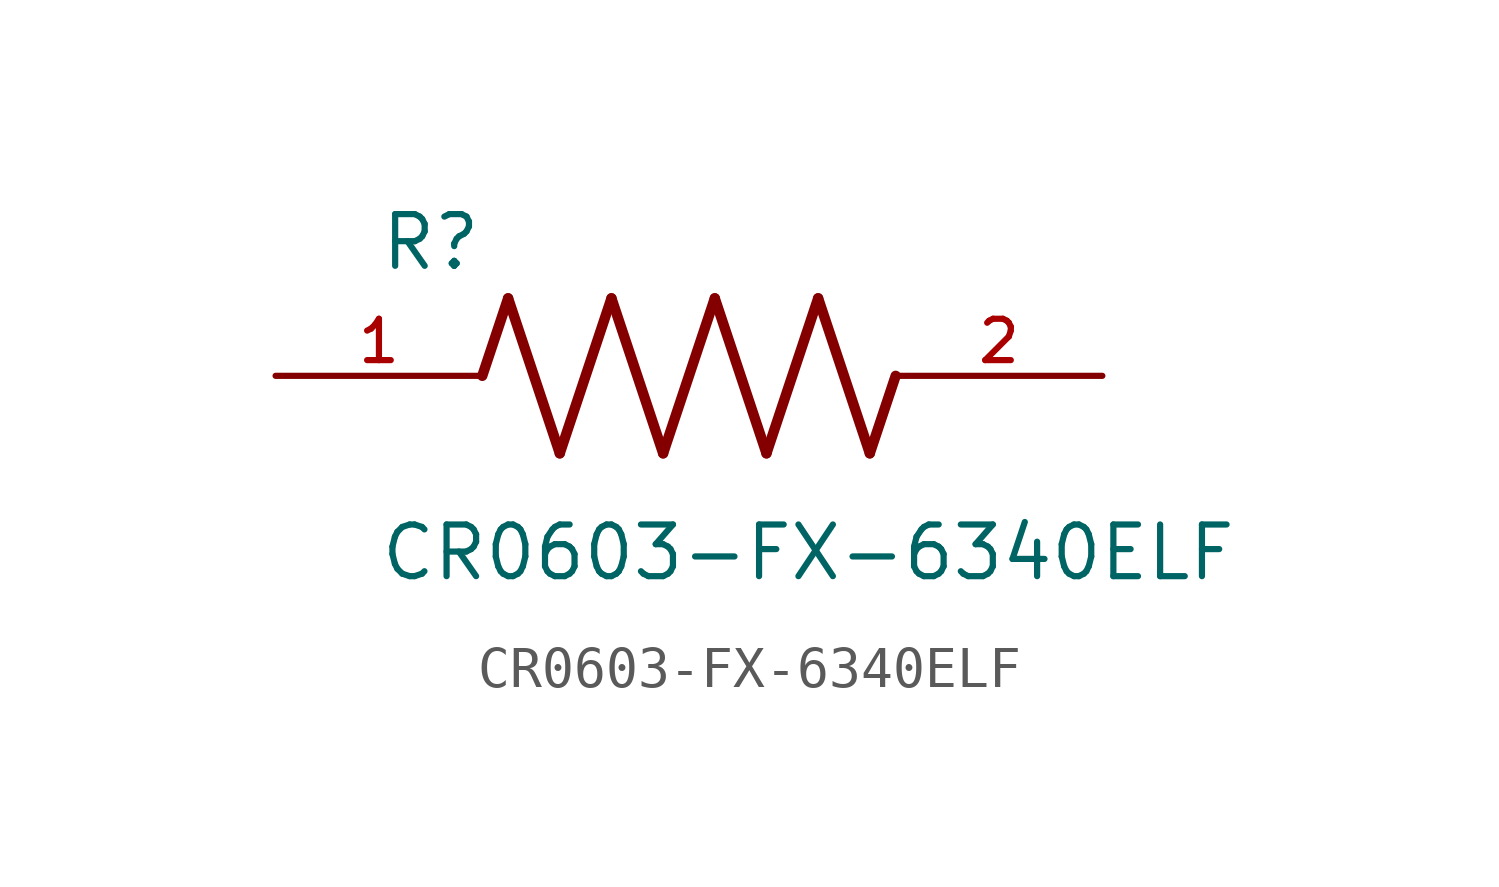
<source format=kicad_sym>
(kicad_symbol_lib
  (version 20211014)
  (generator kicad_symbol_editor)
  (symbol "CR0603-FX-6340ELF"
    (pin_names
      (offset 1.016))
    (property "Reference" "R"
      (at -7.624 2.541 0)
      (effects (font (size 1.27 1.27)) (justify bottom left)))
    (property "Value" "CR0603-FX-6340ELF"
      (at -7.63 -5.087 0)
      (effects (font (size 1.27 1.27)) (justify bottom left)))
    (symbol "CR0603-FX-6340ELF_0_0"
      (polyline (pts (xy -5.08 0.0) (xy -4.445 1.905)) (stroke (width 0.254)))
      (polyline (pts (xy -4.445 1.905) (xy -3.175 -1.905)) (stroke (width 0.254)))
      (polyline (pts (xy -3.175 -1.905) (xy -1.905 1.905)) (stroke (width 0.254)))
      (polyline (pts (xy -1.905 1.905) (xy -0.635 -1.905)) (stroke (width 0.254)))
      (polyline (pts (xy -0.635 -1.905) (xy 0.635 1.905)) (stroke (width 0.254)))
      (polyline (pts (xy 0.635 1.905) (xy 1.905 -1.905)) (stroke (width 0.254)))
      (polyline (pts (xy 1.905 -1.905) (xy 3.175 1.905)) (stroke (width 0.254)))
      (polyline (pts (xy 3.175 1.905) (xy 4.445 -1.905)) (stroke (width 0.254)))
      (polyline (pts (xy 4.445 -1.905) (xy 5.08 0.0)) (stroke (width 0.254)))
      (pin passive line (at -10.16 0.0 0) (length 5.08) (name "~" (effects (font (size 1.016 1.016)))) (number "1" (effects (font (size 1.016 1.016)))))
      (pin passive line (at 10.16 0.0 180.0) (length 5.08) (name "~" (effects (font (size 1.016 1.016)))) (number "2" (effects (font (size 1.016 1.016))))))))
</source>
